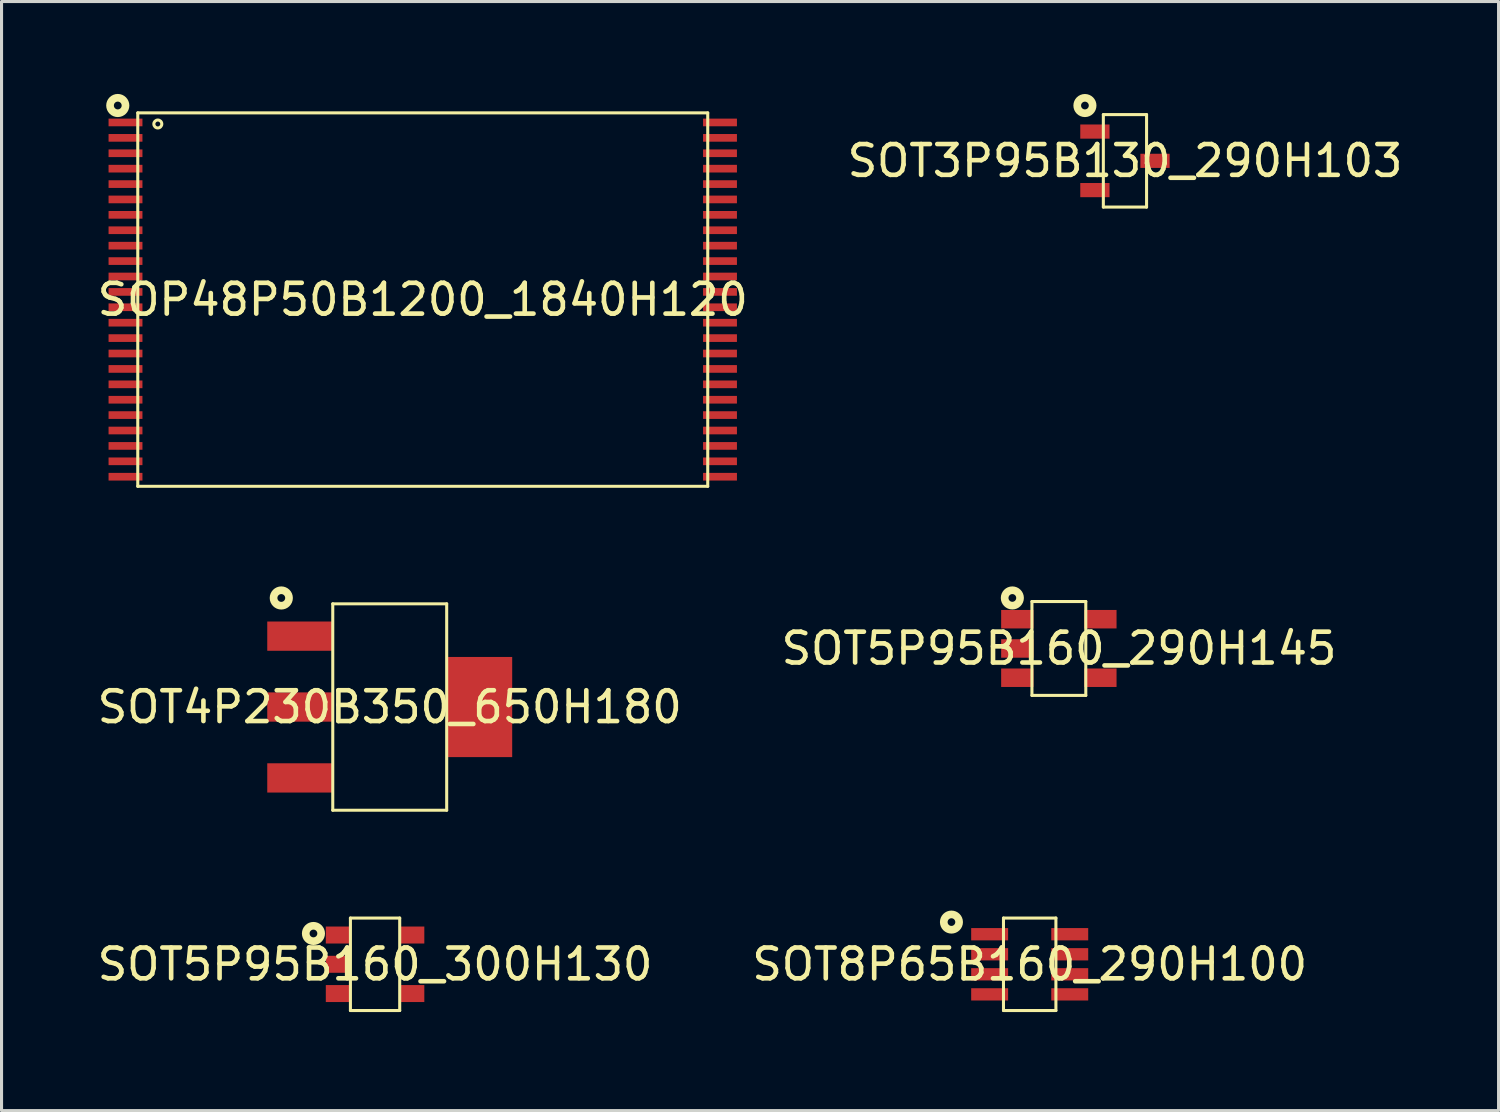
<source format=kicad_pcb>
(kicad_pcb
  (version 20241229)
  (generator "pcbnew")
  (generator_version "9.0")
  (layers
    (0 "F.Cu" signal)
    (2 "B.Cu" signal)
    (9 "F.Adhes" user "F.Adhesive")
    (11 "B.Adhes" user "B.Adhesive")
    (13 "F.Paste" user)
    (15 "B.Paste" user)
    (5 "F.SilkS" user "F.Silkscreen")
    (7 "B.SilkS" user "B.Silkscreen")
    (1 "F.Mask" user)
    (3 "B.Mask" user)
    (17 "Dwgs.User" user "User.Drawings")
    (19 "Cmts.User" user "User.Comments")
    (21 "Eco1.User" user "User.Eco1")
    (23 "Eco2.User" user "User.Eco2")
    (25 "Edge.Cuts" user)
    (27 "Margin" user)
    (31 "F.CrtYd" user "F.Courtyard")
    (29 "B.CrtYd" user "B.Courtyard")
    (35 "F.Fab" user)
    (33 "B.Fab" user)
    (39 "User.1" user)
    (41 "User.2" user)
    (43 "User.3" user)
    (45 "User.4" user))
  (footprint "SOT5P95B160_300H130"
    (layer "F.Cu")
    (at 9.125 28.252)
    (property "Reference" "SOT5P95B160_300H130" (at 0 0 0) (layer "F.SilkS") (effects (font (size 1 1) (thickness 0.15))))
    (fp_line (start -0.8 -1.501) (end 0.8 -1.501) (stroke (width 0.099) (type default)) (layer "F.SilkS"))
    (fp_line (start -0.8 1.501) (end -0.8 -1.501) (stroke (width 0.099) (type default)) (layer "F.SilkS"))
    (fp_line (start -0.8 1.501) (end 0.8 1.501) (stroke (width 0.099) (type default)) (layer "F.SilkS"))
    (fp_line (start 0.8 1.501) (end 0.8 -1.501) (stroke (width 0.099) (type default)) (layer "F.SilkS"))
    (fp_circle (center -2 -1) (end -1.75 -1) (stroke (width 0.249) (type default)) (fill no) (layer "F.SilkS"))
    (fp_line (start -1.801 -1.7) (end 1.801 -1.7) (stroke (width 0.025) (type default)) (layer "User.1"))
    (fp_line (start -1.801 1.7) (end -1.801 -1.7) (stroke (width 0.025) (type default)) (layer "User.1"))
    (fp_line (start -1.801 1.7) (end 1.801 1.7) (stroke (width 0.025) (type default)) (layer "User.1"))
    (fp_line (start 1.801 1.7) (end 1.801 -1.7) (stroke (width 0.025) (type default)) (layer "User.1"))
    (fp_poly (pts (xy -0.8 -1.501) (xy -0.8 1.501) (xy 0.8 1.501) (xy 0.8 -1.501)) (stroke (width 0.1) (type default)) (fill no) (layer "User.1"))
    (fp_poly (pts (xy -0.8 -1.501) (xy -0.8 1.501) (xy 0.8 1.501) (xy 0.8 -1.501)) (stroke (width 0.1) (type default)) (fill no) (layer "User.1"))
    (fp_poly (pts (xy -1.801 -1.7) (xy -1.801 1.7) (xy 0.752 1.7) (xy 0.752 1.501) (xy -0.8 1.501) (xy -0.8 -1.501) (xy 0.8 -1.501) (xy 0.8 1.501) (xy 0.8 1.7) (xy 1.801 1.7) (xy 1.801 -1.7)) (stroke (width 0.1) (type default)) (fill no) (layer "User.1"))
    (fp_poly (pts (xy -1.801 -1.7) (xy -1.801 1.7) (xy 0.752 1.7) (xy 0.752 1.501) (xy -0.8 1.501) (xy -0.8 -1.501) (xy 0.8 -1.501) (xy 0.8 1.501) (xy 0.8 1.7) (xy 1.801 1.7) (xy 1.801 -1.7)) (stroke (width 0.1) (type default)) (fill no) (layer "User.1"))
    (pad "1" smd rect (at -1.199 -0.95) (size 0.8 0.551) (layers "F.Cu" "F.Mask" "F.Paste"))
    (pad "2" smd rect (at -1.199 0) (size 0.8 0.551) (layers "F.Cu" "F.Mask" "F.Paste"))
    (pad "3" smd rect (at -1.199 0.95) (size 0.8 0.551) (layers "F.Cu" "F.Mask" "F.Paste"))
    (pad "4" smd rect (at 1.199 0.95) (size 0.8 0.551) (layers "F.Cu" "F.Mask" "F.Paste"))
    (pad "5" smd rect (at 1.199 -0.95) (size 0.8 0.551) (layers "F.Cu" "F.Mask" "F.Paste")))
  (footprint "SOP48P50B1200_1840H120"
    (layer "F.Cu")
    (at 10.673 6.675)
    (property "Reference" "SOP48P50B1200_1840H120" (at 0 0 0) (layer "F.SilkS") (effects (font (size 1 1) (thickness 0.15))))
    (fp_line (start -9.251 -6.061) (end 9.251 -6.061) (stroke (width 0.099) (type default)) (layer "F.SilkS"))
    (fp_line (start -9.251 6.061) (end -9.251 -6.061) (stroke (width 0.099) (type default)) (layer "F.SilkS"))
    (fp_line (start -9.251 6.061) (end 9.251 6.061) (stroke (width 0.099) (type default)) (layer "F.SilkS"))
    (fp_line (start 9.251 6.061) (end 9.251 -6.061) (stroke (width 0.099) (type default)) (layer "F.SilkS"))
    (fp_circle (center -9.9 -6.3) (end -9.649 -6.3) (stroke (width 0.249) (type default)) (fill no) (layer "F.SilkS"))
    (fp_circle (center -8.6 -5.7) (end -8.471 -5.7) (stroke (width 0.099) (type default)) (fill no) (layer "F.SilkS"))
    (fp_line (start -10.399 -6.261) (end 10.399 -6.261) (stroke (width 0.025) (type default)) (layer "User.1"))
    (fp_line (start -10.399 6.261) (end -10.399 -6.261) (stroke (width 0.025) (type default)) (layer "User.1"))
    (fp_line (start -10.399 6.261) (end 10.399 6.261) (stroke (width 0.025) (type default)) (layer "User.1"))
    (fp_line (start 10.399 6.261) (end 10.399 -6.261) (stroke (width 0.025) (type default)) (layer "User.1"))
    (fp_poly (pts (xy -9.251 -6.061) (xy -9.251 6.061) (xy 9.251 6.061) (xy 9.251 -6.061)) (stroke (width 0.1) (type default)) (fill no) (layer "User.1"))
    (fp_poly (pts (xy -9.251 -6.061) (xy -9.251 6.061) (xy 9.251 6.061) (xy 9.251 -6.061)) (stroke (width 0.1) (type default)) (fill no) (layer "User.1"))
    (fp_poly (pts (xy -10.399 -6.261) (xy -10.399 6.261) (xy 9.149 6.261) (xy 9.149 6.061) (xy -9.251 6.061) (xy -9.251 -6.061) (xy 9.251 -6.061) (xy 9.251 6.061) (xy 9.251 6.261) (xy 10.399 6.261) (xy 10.399 -6.261)) (stroke (width 0.1) (type default)) (fill no) (layer "User.1"))
    (fp_poly (pts (xy -10.399 -6.261) (xy -10.399 6.261) (xy 9.149 6.261) (xy 9.149 6.061) (xy -9.251 6.061) (xy -9.251 -6.061) (xy 9.251 -6.061) (xy 9.251 6.061) (xy 9.251 6.261) (xy 10.399 6.261) (xy 10.399 -6.261)) (stroke (width 0.1) (type default)) (fill no) (layer "User.1"))
    (pad "1" smd rect (at -9.649 -5.75) (size 1.1 0.249) (layers "F.Cu" "F.Mask" "F.Paste"))
    (pad "2" smd rect (at -9.649 -5.25) (size 1.1 0.249) (layers "F.Cu" "F.Mask" "F.Paste"))
    (pad "3" smd rect (at -9.649 -4.75) (size 1.1 0.249) (layers "F.Cu" "F.Mask" "F.Paste"))
    (pad "4" smd rect (at -9.649 -4.25) (size 1.1 0.249) (layers "F.Cu" "F.Mask" "F.Paste"))
    (pad "5" smd rect (at -9.649 -3.749) (size 1.1 0.249) (layers "F.Cu" "F.Mask" "F.Paste"))
    (pad "6" smd rect (at -9.649 -3.251) (size 1.1 0.249) (layers "F.Cu" "F.Mask" "F.Paste"))
    (pad "7" smd rect (at -9.649 -2.751) (size 1.1 0.249) (layers "F.Cu" "F.Mask" "F.Paste"))
    (pad "8" smd rect (at -9.649 -2.251) (size 1.1 0.249) (layers "F.Cu" "F.Mask" "F.Paste"))
    (pad "9" smd rect (at -9.649 -1.75) (size 1.1 0.249) (layers "F.Cu" "F.Mask" "F.Paste"))
    (pad "10" smd rect (at -9.649 -1.25) (size 1.1 0.249) (layers "F.Cu" "F.Mask" "F.Paste"))
    (pad "11" smd rect (at -9.649 -0.75) (size 1.1 0.249) (layers "F.Cu" "F.Mask" "F.Paste"))
    (pad "12" smd rect (at -9.649 -0.249) (size 1.1 0.249) (layers "F.Cu" "F.Mask" "F.Paste"))
    (pad "13" smd rect (at -9.649 0.249) (size 1.1 0.249) (layers "F.Cu" "F.Mask" "F.Paste"))
    (pad "14" smd rect (at -9.649 0.75) (size 1.1 0.249) (layers "F.Cu" "F.Mask" "F.Paste"))
    (pad "15" smd rect (at -9.649 1.25) (size 1.1 0.249) (layers "F.Cu" "F.Mask" "F.Paste"))
    (pad "16" smd rect (at -9.649 1.75) (size 1.1 0.249) (layers "F.Cu" "F.Mask" "F.Paste"))
    (pad "17" smd rect (at -9.649 2.251) (size 1.1 0.249) (layers "F.Cu" "F.Mask" "F.Paste"))
    (pad "18" smd rect (at -9.649 2.751) (size 1.1 0.249) (layers "F.Cu" "F.Mask" "F.Paste"))
    (pad "19" smd rect (at -9.649 3.251) (size 1.1 0.249) (layers "F.Cu" "F.Mask" "F.Paste"))
    (pad "20" smd rect (at -9.649 3.749) (size 1.1 0.249) (layers "F.Cu" "F.Mask" "F.Paste"))
    (pad "21" smd rect (at -9.649 4.25) (size 1.1 0.249) (layers "F.Cu" "F.Mask" "F.Paste"))
    (pad "22" smd rect (at -9.649 4.75) (size 1.1 0.249) (layers "F.Cu" "F.Mask" "F.Paste"))
    (pad "23" smd rect (at -9.649 5.25) (size 1.1 0.249) (layers "F.Cu" "F.Mask" "F.Paste"))
    (pad "24" smd rect (at -9.649 5.75) (size 1.1 0.249) (layers "F.Cu" "F.Mask" "F.Paste"))
    (pad "25" smd rect (at 9.649 5.75) (size 1.1 0.249) (layers "F.Cu" "F.Mask" "F.Paste"))
    (pad "26" smd rect (at 9.649 5.25) (size 1.1 0.249) (layers "F.Cu" "F.Mask" "F.Paste"))
    (pad "27" smd rect (at 9.649 4.75) (size 1.1 0.249) (layers "F.Cu" "F.Mask" "F.Paste"))
    (pad "28" smd rect (at 9.649 4.25) (size 1.1 0.249) (layers "F.Cu" "F.Mask" "F.Paste"))
    (pad "29" smd rect (at 9.649 3.749) (size 1.1 0.249) (layers "F.Cu" "F.Mask" "F.Paste"))
    (pad "30" smd rect (at 9.649 3.251) (size 1.1 0.249) (layers "F.Cu" "F.Mask" "F.Paste"))
    (pad "31" smd rect (at 9.649 2.751) (size 1.1 0.249) (layers "F.Cu" "F.Mask" "F.Paste"))
    (pad "32" smd rect (at 9.649 2.251) (size 1.1 0.249) (layers "F.Cu" "F.Mask" "F.Paste"))
    (pad "33" smd rect (at 9.649 1.75) (size 1.1 0.249) (layers "F.Cu" "F.Mask" "F.Paste"))
    (pad "34" smd rect (at 9.649 1.25) (size 1.1 0.249) (layers "F.Cu" "F.Mask" "F.Paste"))
    (pad "35" smd rect (at 9.649 0.75) (size 1.1 0.249) (layers "F.Cu" "F.Mask" "F.Paste"))
    (pad "36" smd rect (at 9.649 0.249) (size 1.1 0.249) (layers "F.Cu" "F.Mask" "F.Paste"))
    (pad "37" smd rect (at 9.649 -0.249) (size 1.1 0.249) (layers "F.Cu" "F.Mask" "F.Paste"))
    (pad "38" smd rect (at 9.649 -0.75) (size 1.1 0.249) (layers "F.Cu" "F.Mask" "F.Paste"))
    (pad "39" smd rect (at 9.649 -1.25) (size 1.1 0.249) (layers "F.Cu" "F.Mask" "F.Paste"))
    (pad "40" smd rect (at 9.649 -1.75) (size 1.1 0.249) (layers "F.Cu" "F.Mask" "F.Paste"))
    (pad "41" smd rect (at 9.649 -2.251) (size 1.1 0.249) (layers "F.Cu" "F.Mask" "F.Paste"))
    (pad "42" smd rect (at 9.649 -2.751) (size 1.1 0.249) (layers "F.Cu" "F.Mask" "F.Paste"))
    (pad "43" smd rect (at 9.649 -3.251) (size 1.1 0.249) (layers "F.Cu" "F.Mask" "F.Paste"))
    (pad "44" smd rect (at 9.649 -3.749) (size 1.1 0.249) (layers "F.Cu" "F.Mask" "F.Paste"))
    (pad "45" smd rect (at 9.649 -4.25) (size 1.1 0.249) (layers "F.Cu" "F.Mask" "F.Paste"))
    (pad "46" smd rect (at 9.649 -4.75) (size 1.1 0.249) (layers "F.Cu" "F.Mask" "F.Paste"))
    (pad "47" smd rect (at 9.649 -5.25) (size 1.1 0.249) (layers "F.Cu" "F.Mask" "F.Paste"))
    (pad "48" smd rect (at 9.649 -5.75) (size 1.1 0.249) (layers "F.Cu" "F.Mask" "F.Paste")))
  (footprint "SOT5P95B160_290H145"
    (layer "F.Cu")
    (at 31.327 18)
    (property "Reference" "SOT5P95B160_290H145" (at 0 0 0) (layer "F.SilkS") (effects (font (size 1 1) (thickness 0.15))))
    (fp_line (start -0.879 -1.524) (end -0.879 1.524) (stroke (width 0.099) (type default)) (layer "F.SilkS"))
    (fp_line (start 0.869 -1.524) (end -0.879 -1.524) (stroke (width 0.099) (type default)) (layer "F.SilkS"))
    (fp_line (start 0.869 -1.524) (end 0.869 1.524) (stroke (width 0.099) (type default)) (layer "F.SilkS"))
    (fp_line (start 0.869 1.524) (end -0.879 1.524) (stroke (width 0.099) (type default)) (layer "F.SilkS"))
    (fp_circle (center -1.515 -1.64) (end -1.265 -1.64) (stroke (width 0.249) (type default)) (fill no) (layer "F.SilkS"))
    (fp_line (start -2.075 -1.72) (end -2.075 1.72) (stroke (width 0.025) (type default)) (layer "User.1"))
    (fp_line (start 2.075 -1.72) (end -2.075 -1.72) (stroke (width 0.025) (type default)) (layer "User.1"))
    (fp_line (start 2.075 -1.72) (end 2.075 1.72) (stroke (width 0.025) (type default)) (layer "User.1"))
    (fp_line (start 2.075 1.72) (end -2.075 1.72) (stroke (width 0.025) (type default)) (layer "User.1"))
    (fp_poly (pts (xy -0.879 1.524) (xy 0.869 1.524) (xy 0.869 -1.524) (xy -0.879 -1.524)) (stroke (width 0.1) (type default)) (fill no) (layer "User.1"))
    (fp_poly (pts (xy -0.879 1.524) (xy 0.869 1.524) (xy 0.869 -1.524) (xy -0.879 -1.524)) (stroke (width 0.1) (type default)) (fill no) (layer "User.1"))
    (fp_poly (pts (xy -2.075 1.72) (xy -0.904 1.72) (xy -0.904 -1.55) (xy 0.884 -1.55) (xy 0.884 1.55) (xy -0.884 1.55) (xy -0.884 1.72) (xy 2.075 1.72) (xy 2.075 -1.72) (xy -2.075 -1.72)) (stroke (width 0.1) (type default)) (fill no) (layer "User.1"))
    (fp_poly (pts (xy -2.075 1.72) (xy -0.904 1.72) (xy -0.904 -1.55) (xy 0.884 -1.55) (xy 0.884 1.55) (xy -0.884 1.55) (xy -0.884 1.72) (xy 2.075 1.72) (xy 2.075 -1.72) (xy -2.075 -1.72)) (stroke (width 0.1) (type default)) (fill no) (layer "User.1"))
    (pad "1" smd rect (at -1.354 -0.95 180) (size 1.049 0.6) (layers "F.Cu" "F.Mask" "F.Paste"))
    (pad "2" smd rect (at -1.354 0 180) (size 1.049 0.6) (layers "F.Cu" "F.Mask" "F.Paste"))
    (pad "3" smd rect (at -1.354 0.95 180) (size 1.049 0.6) (layers "F.Cu" "F.Mask" "F.Paste"))
    (pad "4" smd rect (at 1.343 0.95 180) (size 1.049 0.6) (layers "F.Cu" "F.Mask" "F.Paste"))
    (pad "5" smd rect (at 1.343 -0.95 180) (size 1.049 0.6) (layers "F.Cu" "F.Mask" "F.Paste")))
  (footprint "SOT4P230B350_650H180"
    (layer "F.Cu")
    (at 9.601 19.901)
    (property "Reference" "SOT4P230B350_650H180" (at 0 0 0) (layer "F.SilkS") (effects (font (size 1 1) (thickness 0.15))))
    (fp_line (start -1.849 -3.35) (end -1.849 3.35) (stroke (width 0.099) (type default)) (layer "F.SilkS"))
    (fp_line (start -1.849 -3.35) (end 1.849 -3.35) (stroke (width 0.099) (type default)) (layer "F.SilkS"))
    (fp_line (start -1.849 3.35) (end 1.849 3.35) (stroke (width 0.099) (type default)) (layer "F.SilkS"))
    (fp_line (start 1.849 -3.35) (end 1.849 3.35) (stroke (width 0.099) (type default)) (layer "F.SilkS"))
    (fp_circle (center -3.52 -3.54) (end -3.269 -3.54) (stroke (width 0.249) (type default)) (fill no) (layer "F.SilkS"))
    (fp_line (start -4.176 -3.551) (end -4.176 3.551) (stroke (width 0.025) (type default)) (layer "User.1"))
    (fp_line (start -4.176 -3.551) (end 4.176 -3.551) (stroke (width 0.025) (type default)) (layer "User.1"))
    (fp_line (start -4.176 3.551) (end 4.176 3.551) (stroke (width 0.025) (type default)) (layer "User.1"))
    (fp_line (start 4.176 -3.551) (end 4.176 3.551) (stroke (width 0.025) (type default)) (layer "User.1"))
    (fp_poly (pts (xy -1.849 -3.35) (xy -1.849 3.35) (xy 1.849 3.35) (xy 1.849 -3.35)) (stroke (width 0.1) (type default)) (fill no) (layer "User.1"))
    (fp_poly (pts (xy -1.849 -3.35) (xy -1.849 3.35) (xy 1.849 3.35) (xy 1.849 -3.35)) (stroke (width 0.1) (type default)) (fill no) (layer "User.1"))
    (fp_poly (pts (xy -1.801 -3.551) (xy 4.176 -3.551) (xy 4.176 3.551) (xy -4.176 3.551) (xy -4.176 -3.551) (xy -1.849 -3.551) (xy -1.849 3.35) (xy 1.849 3.35) (xy 1.849 -3.35) (xy -1.801 -3.35)) (stroke (width 0.1) (type default)) (fill no) (layer "User.1"))
    (fp_poly (pts (xy -1.801 -3.551) (xy 4.176 -3.551) (xy 4.176 3.551) (xy -4.176 3.551) (xy -4.176 -3.551) (xy -1.849 -3.551) (xy -1.849 3.35) (xy 1.849 3.35) (xy 1.849 -3.35) (xy -1.801 -3.35)) (stroke (width 0.1) (type default)) (fill no) (layer "User.1"))
    (pad "1" smd rect (at -2.901 -2.301 270) (size 0.95 2.149) (layers "F.Cu" "F.Mask" "F.Paste"))
    (pad "2" smd rect (at -2.901 0 270) (size 0.95 2.149) (layers "F.Cu" "F.Mask" "F.Paste"))
    (pad "3" smd rect (at -2.901 2.301 270) (size 0.95 2.149) (layers "F.Cu" "F.Mask" "F.Paste"))
    (pad "4" smd rect (at 2.901 0 270) (size 3.251 2.149) (layers "F.Cu" "F.Mask" "F.Paste")))
  (footprint "SOT8P65B160_290H100"
    (layer "F.Cu")
    (at 30.375 28.252)
    (property "Reference" "SOT8P65B160_290H100" (at 0 0 0) (layer "F.SilkS") (effects (font (size 1 1) (thickness 0.15))))
    (fp_line (start -0.851 -1.501) (end 0.851 -1.501) (stroke (width 0.099) (type default)) (layer "F.SilkS"))
    (fp_line (start -0.851 1.501) (end -0.851 -1.501) (stroke (width 0.099) (type default)) (layer "F.SilkS"))
    (fp_line (start -0.851 1.501) (end 0.851 1.501) (stroke (width 0.099) (type default)) (layer "F.SilkS"))
    (fp_line (start 0.851 1.501) (end 0.851 -1.501) (stroke (width 0.099) (type default)) (layer "F.SilkS"))
    (fp_circle (center -2.54 -1.37) (end -2.291 -1.37) (stroke (width 0.249) (type default)) (fill no) (layer "F.SilkS"))
    (fp_line (start -2.1 -1.7) (end 2.1 -1.7) (stroke (width 0.025) (type default)) (layer "User.1"))
    (fp_line (start -2.1 1.7) (end -2.1 -1.7) (stroke (width 0.025) (type default)) (layer "User.1"))
    (fp_line (start -2.1 1.7) (end 2.1 1.7) (stroke (width 0.025) (type default)) (layer "User.1"))
    (fp_line (start 2.1 1.7) (end 2.1 -1.7) (stroke (width 0.025) (type default)) (layer "User.1"))
    (fp_poly (pts (xy -0.851 -1.501) (xy -0.851 1.501) (xy 0.851 1.501) (xy 0.851 -1.501)) (stroke (width 0.1) (type default)) (fill no) (layer "User.1"))
    (fp_poly (pts (xy -0.851 -1.501) (xy -0.851 1.501) (xy 0.851 1.501) (xy 0.851 -1.501)) (stroke (width 0.1) (type default)) (fill no) (layer "User.1"))
    (fp_poly (pts (xy -0.75 -1.7) (xy 2.1 -1.7) (xy 2.1 1.7) (xy -2.1 1.7) (xy -2.1 -1.7) (xy -0.851 -1.7) (xy -0.851 1.501) (xy 0.851 1.501) (xy 0.851 -1.501) (xy -0.75 -1.501)) (stroke (width 0.1) (type default)) (fill no) (layer "User.1"))
    (fp_poly (pts (xy -0.75 -1.7) (xy 2.1 -1.7) (xy 2.1 1.7) (xy -2.1 1.7) (xy -2.1 -1.7) (xy -0.851 -1.7) (xy -0.851 1.501) (xy 0.851 1.501) (xy 0.851 -1.501) (xy -0.75 -1.501)) (stroke (width 0.1) (type default)) (fill no) (layer "User.1"))
    (pad "1" smd rect (at -1.3 -0.976 90) (size 0.399 1.199) (layers "F.Cu" "F.Mask" "F.Paste"))
    (pad "2" smd rect (at -1.3 -0.325 90) (size 0.399 1.199) (layers "F.Cu" "F.Mask" "F.Paste"))
    (pad "3" smd rect (at -1.3 0.325 90) (size 0.399 1.199) (layers "F.Cu" "F.Mask" "F.Paste"))
    (pad "4" smd rect (at -1.3 0.976 90) (size 0.399 1.199) (layers "F.Cu" "F.Mask" "F.Paste"))
    (pad "5" smd rect (at 1.3 0.976 90) (size 0.399 1.199) (layers "F.Cu" "F.Mask" "F.Paste"))
    (pad "6" smd rect (at 1.3 0.325 90) (size 0.399 1.199) (layers "F.Cu" "F.Mask" "F.Paste"))
    (pad "7" smd rect (at 1.3 -0.325 90) (size 0.399 1.199) (layers "F.Cu" "F.Mask" "F.Paste"))
    (pad "8" smd rect (at 1.3 -0.976 90) (size 0.399 1.199) (layers "F.Cu" "F.Mask" "F.Paste")))
  (footprint "SOT3P95B130_290H103"
    (layer "F.Cu")
    (at 33.47 2.171)
    (property "Reference" "SOT3P95B130_290H103" (at 0 0 0) (layer "F.SilkS") (effects (font (size 1 1) (thickness 0.15))))
    (fp_line (start -0.704 -1.501) (end -0.704 1.501) (stroke (width 0.099) (type default)) (layer "F.SilkS"))
    (fp_line (start 0.699 -1.501) (end -0.704 -1.501) (stroke (width 0.099) (type default)) (layer "F.SilkS"))
    (fp_line (start 0.699 -1.501) (end 0.699 1.501) (stroke (width 0.099) (type default)) (layer "F.SilkS"))
    (fp_line (start 0.699 1.501) (end -0.704 1.501) (stroke (width 0.099) (type default)) (layer "F.SilkS"))
    (fp_circle (center -1.302 -1.795) (end -1.052 -1.795) (stroke (width 0.249) (type default)) (fill no) (layer "F.SilkS"))
    (fp_line (start -1.649 -1.7) (end -1.649 1.7) (stroke (width 0.025) (type default)) (layer "User.1"))
    (fp_line (start 1.649 -1.7) (end -1.649 -1.7) (stroke (width 0.025) (type default)) (layer "User.1"))
    (fp_line (start 1.649 -1.7) (end 1.649 1.7) (stroke (width 0.025) (type default)) (layer "User.1"))
    (fp_line (start 1.649 1.7) (end -1.649 1.7) (stroke (width 0.025) (type default)) (layer "User.1"))
    (fp_poly (pts (xy 0.699 -1.501) (xy -0.704 -1.501) (xy -0.704 1.501) (xy 0.699 1.501)) (stroke (width 0.1) (type default)) (fill no) (layer "User.1"))
    (fp_poly (pts (xy 0.699 -1.501) (xy -0.704 -1.501) (xy -0.704 1.501) (xy 0.699 1.501)) (stroke (width 0.1) (type default)) (fill no) (layer "User.1"))
    (fp_poly (pts (xy -1.649 -1.7) (xy -1.649 1.7) (xy 1.649 1.7) (xy 1.649 -1.7) (xy -0.704 -1.7) (xy -0.704 -1.509) (xy 0.709 -1.509) (xy 0.709 1.509) (xy -0.717 1.509) (xy -0.717 -1.7)) (stroke (width 0.1) (type default)) (fill no) (layer "User.1"))
    (fp_poly (pts (xy -1.649 -1.7) (xy -1.649 1.7) (xy 1.649 1.7) (xy 1.649 -1.7) (xy -0.704 -1.7) (xy -0.704 -1.509) (xy 0.709 -1.509) (xy 0.709 1.509) (xy -0.717 1.509) (xy -0.717 -1.7)) (stroke (width 0.1) (type default)) (fill no) (layer "User.1"))
    (pad "1" smd rect (at -0.978 -0.95 180) (size 0.95 0.46) (layers "F.Cu" "F.Mask" "F.Paste"))
    (pad "2" smd rect (at -0.978 0.95 180) (size 0.95 0.46) (layers "F.Cu" "F.Mask" "F.Paste"))
    (pad "3" smd rect (at 0.973 0 180) (size 0.95 0.46) (layers "F.Cu" "F.Mask" "F.Paste")))
  (gr_rect
    (start -3 -3)
    (end 45.595 33.002)
    (stroke (width 0.1) (type default))
    (fill no)
    (layer "Edge.Cuts")))
</source>
